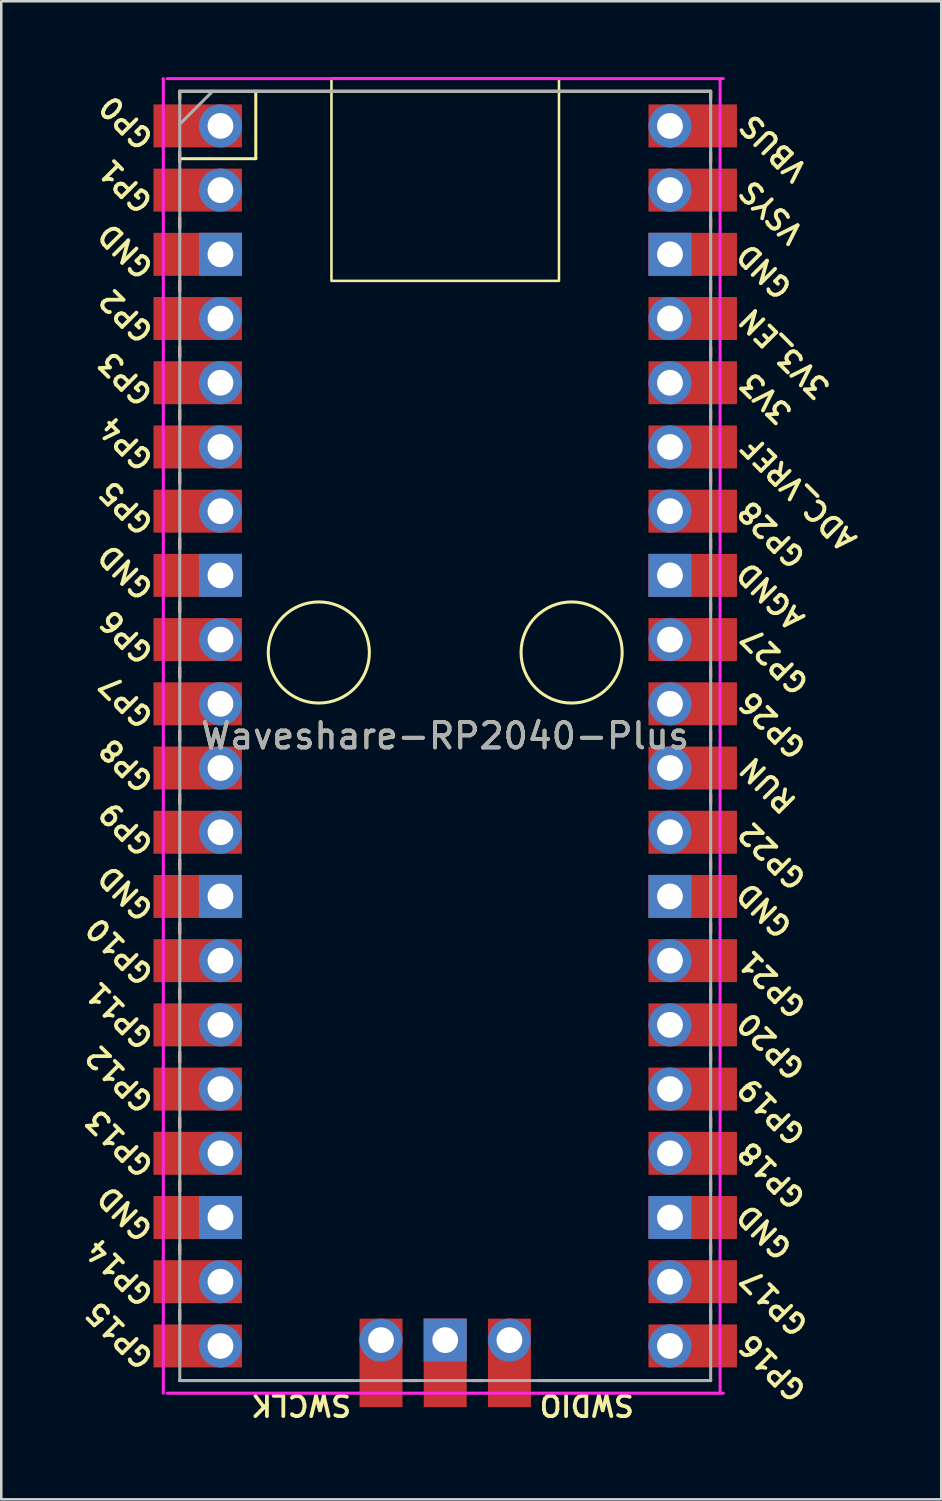
<source format=kicad_pcb>
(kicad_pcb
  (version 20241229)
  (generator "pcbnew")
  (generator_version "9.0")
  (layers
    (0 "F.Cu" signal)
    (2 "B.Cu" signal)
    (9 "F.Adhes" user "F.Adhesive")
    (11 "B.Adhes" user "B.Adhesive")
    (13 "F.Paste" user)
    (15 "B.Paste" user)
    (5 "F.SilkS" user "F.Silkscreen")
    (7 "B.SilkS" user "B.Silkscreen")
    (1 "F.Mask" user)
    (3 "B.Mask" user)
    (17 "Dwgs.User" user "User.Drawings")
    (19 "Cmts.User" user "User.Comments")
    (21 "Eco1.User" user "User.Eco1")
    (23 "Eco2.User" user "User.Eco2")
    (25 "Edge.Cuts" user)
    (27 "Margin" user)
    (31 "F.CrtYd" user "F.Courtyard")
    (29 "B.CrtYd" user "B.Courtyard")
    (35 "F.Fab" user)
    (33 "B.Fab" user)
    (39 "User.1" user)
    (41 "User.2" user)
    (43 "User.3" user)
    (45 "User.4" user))
  (footprint "Waveshare-RP2040-Plus"
    (layer "F.Cu")
    (at 14.561 26.06)
    (property "Reference" "Waveshare-RP2040-Plus" (at 0 0 0) (layer "F.SilkS") (effects (font (size 1 1) (thickness 0.15))))
    (attr smd)
    (fp_line (start -10.5 -25.5) (end -10.5 -25.2) (stroke (width 0.12) (type solid)) (layer "F.SilkS"))
    (fp_line (start -10.5 -25.5) (end 10.5 -25.5) (stroke (width 0.12) (type solid)) (layer "F.SilkS"))
    (fp_line (start -10.5 -23.1) (end -10.5 -22.7) (stroke (width 0.12) (type solid)) (layer "F.SilkS"))
    (fp_line (start -10.5 -22.833) (end -7.493 -22.833) (stroke (width 0.12) (type solid)) (layer "F.SilkS"))
    (fp_line (start -10.5 -20.5) (end -10.5 -20.1) (stroke (width 0.12) (type solid)) (layer "F.SilkS"))
    (fp_line (start -10.5 -18) (end -10.5 -17.6) (stroke (width 0.12) (type solid)) (layer "F.SilkS"))
    (fp_line (start -10.5 -15.4) (end -10.5 -15) (stroke (width 0.12) (type solid)) (layer "F.SilkS"))
    (fp_line (start -10.5 -12.9) (end -10.5 -12.5) (stroke (width 0.12) (type solid)) (layer "F.SilkS"))
    (fp_line (start -10.5 -10.4) (end -10.5 -10) (stroke (width 0.12) (type solid)) (layer "F.SilkS"))
    (fp_line (start -10.5 -7.8) (end -10.5 -7.4) (stroke (width 0.12) (type solid)) (layer "F.SilkS"))
    (fp_line (start -10.5 -5.3) (end -10.5 -4.9) (stroke (width 0.12) (type solid)) (layer "F.SilkS"))
    (fp_line (start -10.5 -2.7) (end -10.5 -2.3) (stroke (width 0.12) (type solid)) (layer "F.SilkS"))
    (fp_line (start -10.5 -0.2) (end -10.5 0.2) (stroke (width 0.12) (type solid)) (layer "F.SilkS"))
    (fp_line (start -10.5 2.3) (end -10.5 2.7) (stroke (width 0.12) (type solid)) (layer "F.SilkS"))
    (fp_line (start -10.5 4.9) (end -10.5 5.3) (stroke (width 0.12) (type solid)) (layer "F.SilkS"))
    (fp_line (start -10.5 7.4) (end -10.5 7.8) (stroke (width 0.12) (type solid)) (layer "F.SilkS"))
    (fp_line (start -10.5 10) (end -10.5 10.4) (stroke (width 0.12) (type solid)) (layer "F.SilkS"))
    (fp_line (start -10.5 12.5) (end -10.5 12.9) (stroke (width 0.12) (type solid)) (layer "F.SilkS"))
    (fp_line (start -10.5 15.1) (end -10.5 15.5) (stroke (width 0.12) (type solid)) (layer "F.SilkS"))
    (fp_line (start -10.5 17.6) (end -10.5 18) (stroke (width 0.12) (type solid)) (layer "F.SilkS"))
    (fp_line (start -10.5 20.1) (end -10.5 20.5) (stroke (width 0.12) (type solid)) (layer "F.SilkS"))
    (fp_line (start -10.5 22.7) (end -10.5 23.1) (stroke (width 0.12) (type solid)) (layer "F.SilkS"))
    (fp_line (start -7.493 -22.833) (end -7.493 -25.5) (stroke (width 0.12) (type solid)) (layer "F.SilkS"))
    (fp_line (start -3.7 25.5) (end -10.5 25.5) (stroke (width 0.12) (type solid)) (layer "F.SilkS"))
    (fp_line (start -1.5 25.5) (end -1.1 25.5) (stroke (width 0.12) (type solid)) (layer "F.SilkS"))
    (fp_line (start 1.1 25.5) (end 1.5 25.5) (stroke (width 0.12) (type solid)) (layer "F.SilkS"))
    (fp_line (start 10.5 -25.5) (end 10.5 -25.2) (stroke (width 0.12) (type solid)) (layer "F.SilkS"))
    (fp_line (start 10.5 -23.1) (end 10.5 -22.7) (stroke (width 0.12) (type solid)) (layer "F.SilkS"))
    (fp_line (start 10.5 -20.5) (end 10.5 -20.1) (stroke (width 0.12) (type solid)) (layer "F.SilkS"))
    (fp_line (start 10.5 -18) (end 10.5 -17.6) (stroke (width 0.12) (type solid)) (layer "F.SilkS"))
    (fp_line (start 10.5 -15.4) (end 10.5 -15) (stroke (width 0.12) (type solid)) (layer "F.SilkS"))
    (fp_line (start 10.5 -12.9) (end 10.5 -12.5) (stroke (width 0.12) (type solid)) (layer "F.SilkS"))
    (fp_line (start 10.5 -10.4) (end 10.5 -10) (stroke (width 0.12) (type solid)) (layer "F.SilkS"))
    (fp_line (start 10.5 -7.8) (end 10.5 -7.4) (stroke (width 0.12) (type solid)) (layer "F.SilkS"))
    (fp_line (start 10.5 -5.3) (end 10.5 -4.9) (stroke (width 0.12) (type solid)) (layer "F.SilkS"))
    (fp_line (start 10.5 -2.7) (end 10.5 -2.3) (stroke (width 0.12) (type solid)) (layer "F.SilkS"))
    (fp_line (start 10.5 -0.2) (end 10.5 0.2) (stroke (width 0.12) (type solid)) (layer "F.SilkS"))
    (fp_line (start 10.5 2.3) (end 10.5 2.7) (stroke (width 0.12) (type solid)) (layer "F.SilkS"))
    (fp_line (start 10.5 4.9) (end 10.5 5.3) (stroke (width 0.12) (type solid)) (layer "F.SilkS"))
    (fp_line (start 10.5 7.4) (end 10.5 7.8) (stroke (width 0.12) (type solid)) (layer "F.SilkS"))
    (fp_line (start 10.5 10) (end 10.5 10.4) (stroke (width 0.12) (type solid)) (layer "F.SilkS"))
    (fp_line (start 10.5 12.5) (end 10.5 12.9) (stroke (width 0.12) (type solid)) (layer "F.SilkS"))
    (fp_line (start 10.5 15.1) (end 10.5 15.5) (stroke (width 0.12) (type solid)) (layer "F.SilkS"))
    (fp_line (start 10.5 17.6) (end 10.5 18) (stroke (width 0.12) (type solid)) (layer "F.SilkS"))
    (fp_line (start 10.5 20.1) (end 10.5 20.5) (stroke (width 0.12) (type solid)) (layer "F.SilkS"))
    (fp_line (start 10.5 22.7) (end 10.5 23.1) (stroke (width 0.12) (type solid)) (layer "F.SilkS"))
    (fp_line (start 10.5 25.5) (end 3.7 25.5) (stroke (width 0.12) (type solid)) (layer "F.SilkS"))
    (fp_rect (start -4.5 -26) (end 4.5 -18) (stroke (width 0.1) (type solid)) (fill no) (layer "F.SilkS"))
    (fp_circle (center -5 -3.3) (end -3 -3.3) (stroke (width 0.12) (type solid)) (fill no) (layer "F.SilkS"))
    (fp_circle (center 5 -3.3) (end 7 -3.3) (stroke (width 0.12) (type solid)) (fill no) (layer "F.SilkS"))
    (fp_line (start -11.151 26) (end -11.151 -26) (stroke (width 0.12) (type solid)) (layer "F.CrtYd"))
    (fp_line (start -11 -26) (end 11 -26) (stroke (width 0.12) (type solid)) (layer "F.CrtYd"))
    (fp_line (start 10.873 -26) (end 10.873 26) (stroke (width 0.12) (type solid)) (layer "F.CrtYd"))
    (fp_line (start 11 26) (end -11 26) (stroke (width 0.12) (type solid)) (layer "F.CrtYd"))
    (fp_line (start -10.5 -25.5) (end 10.5 -25.5) (stroke (width 0.12) (type solid)) (layer "F.Fab"))
    (fp_line (start -10.5 -24.2) (end -9.2 -25.5) (stroke (width 0.12) (type solid)) (layer "F.Fab"))
    (fp_line (start -10.5 25.5) (end -10.5 -25.5) (stroke (width 0.12) (type solid)) (layer "F.Fab"))
    (fp_line (start 10.5 -25.5) (end 10.5 25.5) (stroke (width 0.12) (type solid)) (layer "F.Fab"))
    (fp_line (start 10.5 25.5) (end -10.5 25.5) (stroke (width 0.12) (type solid)) (layer "F.Fab"))
    (fp_text user "GP2" (at -13.511 -17.526 135) (unlocked yes) (layer "F.SilkS") (effects (font (size 0.8 0.8) (thickness 0.15)) (justify right)))
    (fp_text user "ADC_VREF" (at 16.104 -7.493 135) (unlocked yes) (layer "F.SilkS") (effects (font (size 0.8 0.8) (thickness 0.15)) (justify left)))
    (fp_text user "GND" (at 13.564 -17.45 135) (unlocked yes) (layer "F.SilkS") (effects (font (size 0.8 0.8) (thickness 0.15)) (justify left)))
    (fp_text user "GP0" (at -13.511 -25.171 135) (unlocked yes) (layer "F.SilkS") (effects (font (size 0.8 0.8) (thickness 0.15)) (justify right)))
    (fp_text user "GND" (at -13.587 17.958 135) (unlocked yes) (layer "F.SilkS") (effects (font (size 0.8 0.8) (thickness 0.15)) (justify right)))
    (fp_text user "AGND" (at 14.046 -4.369 135) (unlocked yes) (layer "F.SilkS") (effects (font (size 0.8 0.8) (thickness 0.15)) (justify left)))
    (fp_text user "GP19" (at 14.097 16.027 135) (unlocked yes) (layer "F.SilkS") (effects (font (size 0.8 0.8) (thickness 0.15)) (justify left)))
    (fp_text user "GP16" (at 14.122 26.162 135) (unlocked yes) (layer "F.SilkS") (effects (font (size 0.8 0.8) (thickness 0.15)) (justify left)))
    (fp_text user "GP11" (at -14.044 9.881 135) (unlocked yes) (layer "F.SilkS") (effects (font (size 0.8 0.8) (thickness 0.15)) (justify right)))
    (fp_text user "VBUS" (at 14.148 -22.098 135) (unlocked yes) (layer "F.SilkS") (effects (font (size 0.8 0.8) (thickness 0.15)) (justify left)))
    (fp_text user "GP6" (at -13.511 -4.826 135) (unlocked yes) (layer "F.SilkS") (effects (font (size 0.8 0.8) (thickness 0.15)) (justify right)))
    (fp_text user "SWDIO" (at 5.6 26.467 180) (unlocked yes) (layer "F.SilkS") (effects (font (size 0.8 0.8) (thickness 0.15))))
    (fp_text user "GP7" (at -13.511 -2.286 135) (unlocked yes) (layer "F.SilkS") (effects (font (size 0.8 0.8) (thickness 0.15)) (justify right)))
    (fp_text user "VSYS" (at 13.995 -19.634 135) (unlocked yes) (layer "F.SilkS") (effects (font (size 0.8 0.8) (thickness 0.15)) (justify left)))
    (fp_text user "RUN" (at 13.716 2.896 135) (unlocked yes) (layer "F.SilkS") (effects (font (size 0.8 0.8) (thickness 0.15)) (justify left)))
    (fp_text user "GND" (at -13.562 -7.417 135) (unlocked yes) (layer "F.SilkS") (effects (font (size 0.8 0.8) (thickness 0.15)) (justify right)))
    (fp_text user "GP13" (at -14.044 14.935 135) (unlocked yes) (layer "F.SilkS") (effects (font (size 0.8 0.8) (thickness 0.15)) (justify right)))
    (fp_text user "GP4" (at -13.511 -12.471 135) (unlocked yes) (layer "F.SilkS") (effects (font (size 0.8 0.8) (thickness 0.15)) (justify right)))
    (fp_text user "SWCLK" (at -5.7 26.467 180) (unlocked yes) (layer "F.SilkS") (effects (font (size 0.8 0.8) (thickness 0.15))))
    (fp_text user "GND" (at -13.562 5.283 135) (unlocked yes) (layer "F.SilkS") (effects (font (size 0.8 0.8) (thickness 0.15)) (justify right)))
    (fp_text user "GP20" (at 14.072 13.437 135) (unlocked yes) (layer "F.SilkS") (effects (font (size 0.8 0.8) (thickness 0.15)) (justify left)))
    (fp_text user "GP12" (at -14.044 12.395 135) (unlocked yes) (layer "F.SilkS") (effects (font (size 0.8 0.8) (thickness 0.15)) (justify right)))
    (fp_text user "GP15" (at -14.044 22.53 135) (unlocked yes) (layer "F.SilkS") (effects (font (size 0.8 0.8) (thickness 0.15)) (justify right)))
    (fp_text user "3V3" (at 13.538 -12.522 135) (unlocked yes) (layer "F.SilkS") (effects (font (size 0.8 0.8) (thickness 0.15)) (justify left)))
    (fp_text user "GP9" (at -13.511 2.769 135) (unlocked yes) (layer "F.SilkS") (effects (font (size 0.8 0.8) (thickness 0.15)) (justify right)))
    (fp_text user "GP27" (at 14.224 -1.803 135) (unlocked yes) (layer "F.SilkS") (effects (font (size 0.8 0.8) (thickness 0.15)) (justify left)))
    (fp_text user "GND" (at 13.564 7.823 135) (unlocked yes) (layer "F.SilkS") (effects (font (size 0.8 0.8) (thickness 0.15)) (justify left)))
    (fp_text user "GP17" (at 14.199 23.571 135) (unlocked yes) (layer "F.SilkS") (effects (font (size 0.8 0.8) (thickness 0.15)) (justify left)))
    (fp_text user "GP28" (at 14.097 -6.807 135) (unlocked yes) (layer "F.SilkS") (effects (font (size 0.8 0.8) (thickness 0.15)) (justify left)))
    (fp_text user "GP8" (at -13.511 0.254 135) (unlocked yes) (layer "F.SilkS") (effects (font (size 0.8 0.8) (thickness 0.15)) (justify right)))
    (fp_text user "GP5" (at -13.511 -9.931 135) (unlocked yes) (layer "F.SilkS") (effects (font (size 0.8 0.8) (thickness 0.15)) (justify right)))
    (fp_text user "GP3" (at -13.536 -15.037 135) (unlocked yes) (layer "F.SilkS") (effects (font (size 0.8 0.8) (thickness 0.15)) (justify right)))
    (fp_text user "GP26" (at 14.122 0.737 135) (unlocked yes) (layer "F.SilkS") (effects (font (size 0.8 0.8) (thickness 0.15)) (justify left)))
    (fp_text user "GP18" (at 14.097 18.542 135) (unlocked yes) (layer "F.SilkS") (effects (font (size 0.8 0.8) (thickness 0.15)) (justify left)))
    (fp_text user "GP21" (at 14.122 10.998 135) (unlocked yes) (layer "F.SilkS") (effects (font (size 0.8 0.8) (thickness 0.15)) (justify left)))
    (fp_text user "GND" (at -13.562 -20.117 135) (unlocked yes) (layer "F.SilkS") (effects (font (size 0.8 0.8) (thickness 0.15)) (justify right)))
    (fp_text user "GP22" (at 14.122 5.918 135) (unlocked yes) (layer "F.SilkS") (effects (font (size 0.8 0.8) (thickness 0.15)) (justify left)))
    (fp_text user "3V3_EN" (at 15.037 -13.513 135) (unlocked yes) (layer "F.SilkS") (effects (font (size 0.8 0.8) (thickness 0.15)) (justify left)))
    (fp_text user "GP10" (at -14.044 7.341 135) (unlocked yes) (layer "F.SilkS") (effects (font (size 0.8 0.8) (thickness 0.15)) (justify right)))
    (fp_text user "GP14" (at -14.044 20.041 135) (unlocked yes) (layer "F.SilkS") (effects (font (size 0.8 0.8) (thickness 0.15)) (justify right)))
    (fp_text user "GND" (at 13.564 20.549 135) (unlocked yes) (layer "F.SilkS") (effects (font (size 0.8 0.8) (thickness 0.15)) (justify left)))
    (fp_text user "GP1" (at -13.536 -22.657 135) (unlocked yes) (layer "F.SilkS") (effects (font (size 0.8 0.8) (thickness 0.15)) (justify right)))
    (fp_text user "${REFERENCE}" (at 0 0 180) (layer "F.Fab") (effects (font (size 1 1) (thickness 0.15))))
    (pad "1" thru_hole oval (at -8.89 -24.13) (size 1.7 1.7) (drill 1.02) (layers "*.Cu" "F.Mask"))
    (pad "1" smd rect (at -8.89 -24.13) (size 3.5 1.7) (drill (offset -0.9 0)) (layers "F.Cu" "F.Mask"))
    (pad "2" thru_hole oval (at -8.89 -21.59) (size 1.7 1.7) (drill 1.02) (layers "*.Cu" "F.Mask"))
    (pad "2" smd rect (at -8.89 -21.59) (size 3.5 1.7) (drill (offset -0.9 0)) (layers "F.Cu" "F.Mask"))
    (pad "3" thru_hole rect (at -8.89 -19.05) (size 1.7 1.7) (drill 1.02) (layers "*.Cu" "F.Mask"))
    (pad "3" smd rect (at -8.89 -19.05) (size 3.5 1.7) (drill (offset -0.9 0)) (layers "F.Cu" "F.Mask"))
    (pad "4" thru_hole oval (at -8.89 -16.51) (size 1.7 1.7) (drill 1.02) (layers "*.Cu" "F.Mask"))
    (pad "4" smd rect (at -8.89 -16.51) (size 3.5 1.7) (drill (offset -0.9 0)) (layers "F.Cu" "F.Mask"))
    (pad "5" thru_hole oval (at -8.89 -13.97) (size 1.7 1.7) (drill 1.02) (layers "*.Cu" "F.Mask"))
    (pad "5" smd rect (at -8.89 -13.97) (size 3.5 1.7) (drill (offset -0.9 0)) (layers "F.Cu" "F.Mask"))
    (pad "6" thru_hole oval (at -8.89 -11.43) (size 1.7 1.7) (drill 1.02) (layers "*.Cu" "F.Mask"))
    (pad "6" smd rect (at -8.89 -11.43) (size 3.5 1.7) (drill (offset -0.9 0)) (layers "F.Cu" "F.Mask"))
    (pad "7" thru_hole oval (at -8.89 -8.89) (size 1.7 1.7) (drill 1.02) (layers "*.Cu" "F.Mask"))
    (pad "7" smd rect (at -8.89 -8.89) (size 3.5 1.7) (drill (offset -0.9 0)) (layers "F.Cu" "F.Mask"))
    (pad "8" thru_hole rect (at -8.89 -6.35) (size 1.7 1.7) (drill 1.02) (layers "*.Cu" "F.Mask"))
    (pad "8" smd rect (at -8.89 -6.35) (size 3.5 1.7) (drill (offset -0.9 0)) (layers "F.Cu" "F.Mask"))
    (pad "9" thru_hole oval (at -8.89 -3.81) (size 1.7 1.7) (drill 1.02) (layers "*.Cu" "F.Mask"))
    (pad "9" smd rect (at -8.89 -3.81) (size 3.5 1.7) (drill (offset -0.9 0)) (layers "F.Cu" "F.Mask"))
    (pad "10" thru_hole oval (at -8.89 -1.27) (size 1.7 1.7) (drill 1.02) (layers "*.Cu" "F.Mask"))
    (pad "10" smd rect (at -8.89 -1.27) (size 3.5 1.7) (drill (offset -0.9 0)) (layers "F.Cu" "F.Mask"))
    (pad "11" thru_hole oval (at -8.89 1.27) (size 1.7 1.7) (drill 1.02) (layers "*.Cu" "F.Mask"))
    (pad "11" smd rect (at -8.89 1.27) (size 3.5 1.7) (drill (offset -0.9 0)) (layers "F.Cu" "F.Mask"))
    (pad "12" thru_hole oval (at -8.89 3.81) (size 1.7 1.7) (drill 1.02) (layers "*.Cu" "F.Mask"))
    (pad "12" smd rect (at -8.89 3.81) (size 3.5 1.7) (drill (offset -0.9 0)) (layers "F.Cu" "F.Mask"))
    (pad "13" thru_hole rect (at -8.89 6.35) (size 1.7 1.7) (drill 1.02) (layers "*.Cu" "F.Mask"))
    (pad "13" smd rect (at -8.89 6.35) (size 3.5 1.7) (drill (offset -0.9 0)) (layers "F.Cu" "F.Mask"))
    (pad "14" thru_hole oval (at -8.89 8.89) (size 1.7 1.7) (drill 1.02) (layers "*.Cu" "F.Mask"))
    (pad "14" smd rect (at -8.89 8.89) (size 3.5 1.7) (drill (offset -0.9 0)) (layers "F.Cu" "F.Mask"))
    (pad "15" thru_hole oval (at -8.89 11.43) (size 1.7 1.7) (drill 1.02) (layers "*.Cu" "F.Mask"))
    (pad "15" smd rect (at -8.89 11.43) (size 3.5 1.7) (drill (offset -0.9 0)) (layers "F.Cu" "F.Mask"))
    (pad "16" thru_hole oval (at -8.89 13.97) (size 1.7 1.7) (drill 1.02) (layers "*.Cu" "F.Mask"))
    (pad "16" smd rect (at -8.89 13.97) (size 3.5 1.7) (drill (offset -0.9 0)) (layers "F.Cu" "F.Mask"))
    (pad "17" thru_hole oval (at -8.89 16.51) (size 1.7 1.7) (drill 1.02) (layers "*.Cu" "F.Mask"))
    (pad "17" smd rect (at -8.89 16.51) (size 3.5 1.7) (drill (offset -0.9 0)) (layers "F.Cu" "F.Mask"))
    (pad "18" thru_hole rect (at -8.89 19.05) (size 1.7 1.7) (drill 1.02) (layers "*.Cu" "F.Mask"))
    (pad "18" smd rect (at -8.89 19.05) (size 3.5 1.7) (drill (offset -0.9 0)) (layers "F.Cu" "F.Mask"))
    (pad "19" thru_hole oval (at -8.89 21.59) (size 1.7 1.7) (drill 1.02) (layers "*.Cu" "F.Mask"))
    (pad "19" smd rect (at -8.89 21.59) (size 3.5 1.7) (drill (offset -0.9 0)) (layers "F.Cu" "F.Mask"))
    (pad "20" thru_hole oval (at -8.89 24.13) (size 1.7 1.7) (drill 1.02) (layers "*.Cu" "F.Mask"))
    (pad "20" smd rect (at -8.89 24.13) (size 3.5 1.7) (drill (offset -0.9 0)) (layers "F.Cu" "F.Mask"))
    (pad "21" thru_hole oval (at 8.89 24.13) (size 1.7 1.7) (drill 1.02) (layers "*.Cu" "F.Mask"))
    (pad "21" smd rect (at 8.89 24.13) (size 3.5 1.7) (drill (offset 0.9 0)) (layers "F.Cu" "F.Mask"))
    (pad "22" thru_hole oval (at 8.89 21.59) (size 1.7 1.7) (drill 1.02) (layers "*.Cu" "F.Mask"))
    (pad "22" smd rect (at 8.89 21.59) (size 3.5 1.7) (drill (offset 0.9 0)) (layers "F.Cu" "F.Mask"))
    (pad "23" thru_hole rect (at 8.89 19.05) (size 1.7 1.7) (drill 1.02) (layers "*.Cu" "F.Mask"))
    (pad "23" smd rect (at 8.89 19.05) (size 3.5 1.7) (drill (offset 0.9 0)) (layers "F.Cu" "F.Mask"))
    (pad "24" thru_hole oval (at 8.89 16.51) (size 1.7 1.7) (drill 1.02) (layers "*.Cu" "F.Mask"))
    (pad "24" smd rect (at 8.89 16.51) (size 3.5 1.7) (drill (offset 0.9 0)) (layers "F.Cu" "F.Mask"))
    (pad "25" thru_hole oval (at 8.89 13.97) (size 1.7 1.7) (drill 1.02) (layers "*.Cu" "F.Mask"))
    (pad "25" smd rect (at 8.89 13.97) (size 3.5 1.7) (drill (offset 0.9 0)) (layers "F.Cu" "F.Mask"))
    (pad "26" thru_hole oval (at 8.89 11.43) (size 1.7 1.7) (drill 1.02) (layers "*.Cu" "F.Mask"))
    (pad "26" smd rect (at 8.89 11.43) (size 3.5 1.7) (drill (offset 0.9 0)) (layers "F.Cu" "F.Mask"))
    (pad "27" thru_hole oval (at 8.89 8.89) (size 1.7 1.7) (drill 1.02) (layers "*.Cu" "F.Mask"))
    (pad "27" smd rect (at 8.89 8.89) (size 3.5 1.7) (drill (offset 0.9 0)) (layers "F.Cu" "F.Mask"))
    (pad "28" thru_hole rect (at 8.89 6.35) (size 1.7 1.7) (drill 1.02) (layers "*.Cu" "F.Mask"))
    (pad "28" smd rect (at 8.89 6.35) (size 3.5 1.7) (drill (offset 0.9 0)) (layers "F.Cu" "F.Mask"))
    (pad "29" thru_hole oval (at 8.89 3.81) (size 1.7 1.7) (drill 1.02) (layers "*.Cu" "F.Mask"))
    (pad "29" smd rect (at 8.89 3.81) (size 3.5 1.7) (drill (offset 0.9 0)) (layers "F.Cu" "F.Mask"))
    (pad "30" thru_hole oval (at 8.89 1.27) (size 1.7 1.7) (drill 1.02) (layers "*.Cu" "F.Mask"))
    (pad "30" smd rect (at 8.89 1.27) (size 3.5 1.7) (drill (offset 0.9 0)) (layers "F.Cu" "F.Mask"))
    (pad "31" thru_hole oval (at 8.89 -1.27) (size 1.7 1.7) (drill 1.02) (layers "*.Cu" "F.Mask"))
    (pad "31" smd rect (at 8.89 -1.27) (size 3.5 1.7) (drill (offset 0.9 0)) (layers "F.Cu" "F.Mask"))
    (pad "32" thru_hole oval (at 8.89 -3.81) (size 1.7 1.7) (drill 1.02) (layers "*.Cu" "F.Mask"))
    (pad "32" smd rect (at 8.89 -3.81) (size 3.5 1.7) (drill (offset 0.9 0)) (layers "F.Cu" "F.Mask"))
    (pad "33" thru_hole rect (at 8.89 -6.35) (size 1.7 1.7) (drill 1.02) (layers "*.Cu" "F.Mask"))
    (pad "33" smd rect (at 8.89 -6.35) (size 3.5 1.7) (drill (offset 0.9 0)) (layers "F.Cu" "F.Mask"))
    (pad "34" thru_hole oval (at 8.89 -8.89) (size 1.7 1.7) (drill 1.02) (layers "*.Cu" "F.Mask"))
    (pad "34" smd rect (at 8.89 -8.89) (size 3.5 1.7) (drill (offset 0.9 0)) (layers "F.Cu" "F.Mask"))
    (pad "35" thru_hole oval (at 8.89 -11.43) (size 1.7 1.7) (drill 1.02) (layers "*.Cu" "F.Mask"))
    (pad "35" smd rect (at 8.89 -11.43) (size 3.5 1.7) (drill (offset 0.9 0)) (layers "F.Cu" "F.Mask"))
    (pad "36" thru_hole oval (at 8.89 -13.97) (size 1.7 1.7) (drill 1.02) (layers "*.Cu" "F.Mask"))
    (pad "36" smd rect (at 8.89 -13.97) (size 3.5 1.7) (drill (offset 0.9 0)) (layers "F.Cu" "F.Mask"))
    (pad "37" thru_hole oval (at 8.89 -16.51) (size 1.7 1.7) (drill 1.02) (layers "*.Cu" "F.Mask"))
    (pad "37" smd rect (at 8.89 -16.51) (size 3.5 1.7) (drill (offset 0.9 0)) (layers "F.Cu" "F.Mask"))
    (pad "38" thru_hole rect (at 8.89 -19.05) (size 1.7 1.7) (drill 1.02) (layers "*.Cu" "F.Mask"))
    (pad "38" smd rect (at 8.89 -19.05) (size 3.5 1.7) (drill (offset 0.9 0)) (layers "F.Cu" "F.Mask"))
    (pad "39" thru_hole oval (at 8.89 -21.59) (size 1.7 1.7) (drill 1.02) (layers "*.Cu" "F.Mask"))
    (pad "39" smd rect (at 8.89 -21.59) (size 3.5 1.7) (drill (offset 0.9 0)) (layers "F.Cu" "F.Mask"))
    (pad "40" thru_hole oval (at 8.89 -24.13) (size 1.7 1.7) (drill 1.02) (layers "*.Cu" "F.Mask"))
    (pad "40" smd rect (at 8.89 -24.13) (size 3.5 1.7) (drill (offset 0.9 0)) (layers "F.Cu" "F.Mask"))
    (pad "41" thru_hole oval (at -2.54 23.9) (size 1.7 1.7) (drill 1.02) (layers "*.Cu" "F.Mask"))
    (pad "41" smd rect (at -2.54 23.9 90) (size 3.5 1.7) (drill (offset -0.9 0)) (layers "F.Cu" "F.Mask"))
    (pad "42" thru_hole rect (at 0 23.9) (size 1.7 1.7) (drill 1.02) (layers "*.Cu" "F.Mask"))
    (pad "42" smd rect (at 0 23.9 90) (size 3.5 1.7) (drill (offset -0.9 0)) (layers "F.Cu" "F.Mask"))
    (pad "43" thru_hole oval (at 2.54 23.9) (size 1.7 1.7) (drill 1.02) (layers "*.Cu" "F.Mask"))
    (pad "43" smd rect (at 2.54 23.9 90) (size 3.5 1.7) (drill (offset -0.9 0)) (layers "F.Cu" "F.Mask")))
  (gr_rect
    (start -3 -3)
    (end 34.182 56.258)
    (stroke (width 0.1) (type default))
    (fill no)
    (layer "Edge.Cuts")))
</source>
